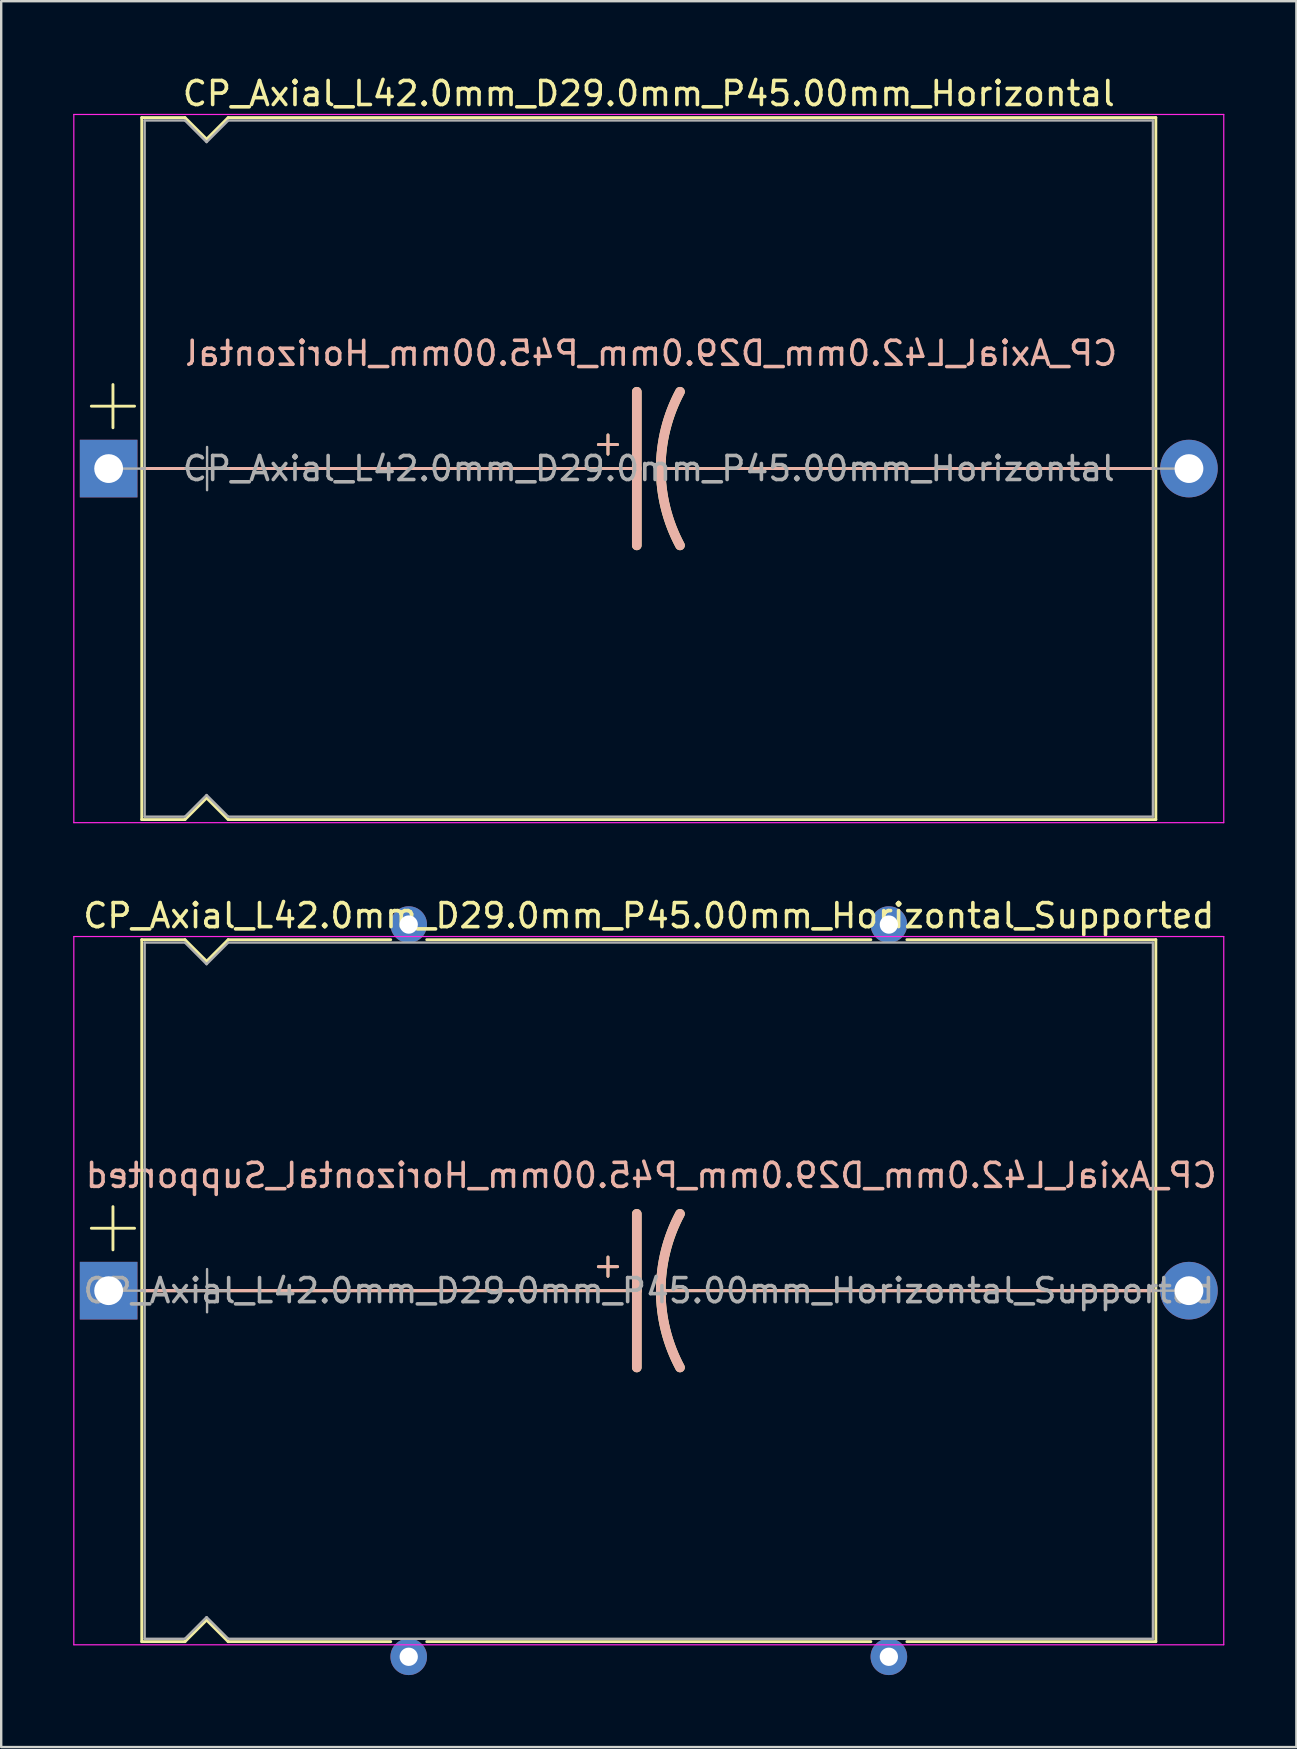
<source format=kicad_pcb>
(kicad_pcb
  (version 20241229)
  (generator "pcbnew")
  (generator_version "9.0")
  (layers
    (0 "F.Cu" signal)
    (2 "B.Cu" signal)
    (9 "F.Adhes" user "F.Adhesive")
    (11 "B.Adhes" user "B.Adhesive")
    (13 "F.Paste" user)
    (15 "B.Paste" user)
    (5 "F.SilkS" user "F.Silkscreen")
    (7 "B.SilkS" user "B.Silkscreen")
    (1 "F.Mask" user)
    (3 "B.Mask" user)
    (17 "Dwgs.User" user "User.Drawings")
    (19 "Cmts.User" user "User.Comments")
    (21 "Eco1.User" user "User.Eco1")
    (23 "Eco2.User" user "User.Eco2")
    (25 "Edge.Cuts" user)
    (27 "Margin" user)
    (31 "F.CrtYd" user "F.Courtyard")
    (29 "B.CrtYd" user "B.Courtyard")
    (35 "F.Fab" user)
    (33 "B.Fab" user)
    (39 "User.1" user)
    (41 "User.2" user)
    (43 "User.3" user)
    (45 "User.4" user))
  (footprint "CP_Axial_L42.0mm_D29.0mm_P45.00mm_Horizontal_Supported"
    (layer "F.Cu")
    (at 1.475 50.712)
    (property "Reference" "CP_Axial_L42.0mm_D29.0mm_P45.00mm_Horizontal_Supported" (at 22.5 -15.62 0) (layer "F.SilkS") (effects (font (size 1 1) (thickness 0.15))))
    (fp_line (start -0.72 -2.6) (end 1.08 -2.6) (stroke (width 0.12) (type solid)) (layer "F.SilkS"))
    (fp_line (start 0.18 -3.5) (end 0.18 -1.7) (stroke (width 0.12) (type solid)) (layer "F.SilkS"))
    (fp_line (start 1.38 -14.62) (end 1.38 14.62) (stroke (width 0.12) (type solid)) (layer "F.SilkS"))
    (fp_line (start 1.38 -14.62) (end 3.18 -14.62) (stroke (width 0.12) (type solid)) (layer "F.SilkS"))
    (fp_line (start 1.38 0) (end 22 0) (stroke (width 0.12) (type solid)) (layer "F.SilkS"))
    (fp_line (start 1.38 14.62) (end 3.18 14.62) (stroke (width 0.12) (type solid)) (layer "F.SilkS"))
    (fp_line (start 3.18 -14.62) (end 4.08 -13.72) (stroke (width 0.12) (type solid)) (layer "F.SilkS"))
    (fp_line (start 3.18 14.62) (end 4.08 13.72) (stroke (width 0.12) (type solid)) (layer "F.SilkS"))
    (fp_line (start 4.08 -13.72) (end 4.98 -14.62) (stroke (width 0.12) (type solid)) (layer "F.SilkS"))
    (fp_line (start 4.08 13.72) (end 4.98 14.62) (stroke (width 0.12) (type solid)) (layer "F.SilkS"))
    (fp_line (start 4.98 -14.62) (end 11.75 -14.62) (stroke (width 0.12) (type solid)) (layer "F.SilkS"))
    (fp_line (start 4.98 14.62) (end 11.75 14.62) (stroke (width 0.12) (type solid)) (layer "F.SilkS"))
    (fp_line (start 13.25 -14.62) (end 31.75 -14.62) (stroke (width 0.12) (type solid)) (layer "F.SilkS"))
    (fp_line (start 13.25 14.62) (end 31.75 14.62) (stroke (width 0.12) (type solid)) (layer "F.SilkS"))
    (fp_line (start 20.4 -1) (end 21.2 -1) (stroke (width 0.12) (type solid)) (layer "F.SilkS"))
    (fp_line (start 20.8 -1.4) (end 20.8 -0.6) (stroke (width 0.12) (type solid)) (layer "F.SilkS"))
    (fp_line (start 22 0) (end 22 -3.2) (stroke (width 0.4) (type solid)) (layer "F.SilkS"))
    (fp_line (start 22 0) (end 22 3.2) (stroke (width 0.4) (type solid)) (layer "F.SilkS"))
    (fp_line (start 33.25 -14.62) (end 43.62 -14.62) (stroke (width 0.12) (type solid)) (layer "F.SilkS"))
    (fp_line (start 33.25 14.62) (end 43.62 14.62) (stroke (width 0.12) (type solid)) (layer "F.SilkS"))
    (fp_line (start 43.62 -14.62) (end 43.62 14.62) (stroke (width 0.12) (type solid)) (layer "F.SilkS"))
    (fp_line (start 43.62 0) (end 23 0) (stroke (width 0.12) (type solid)) (layer "F.SilkS"))
    (fp_arc (start 23 0) (mid 23.203545 -1.649114) (end 23.8 -3.2) (stroke (width 0.4) (type solid)) (layer "F.SilkS"))
    (fp_arc (start 23.8 3.2) (mid 23.200704 1.649824) (end 23 0) (stroke (width 0.4) (type solid)) (layer "F.SilkS"))
    (fp_line (start 1.38 0) (end 22 0) (stroke (width 0.12) (type solid)) (layer "B.SilkS"))
    (fp_line (start 1.4 0) (end 13.38 0) (stroke (width 0.12) (type solid)) (layer "B.SilkS"))
    (fp_line (start 20.4 -1) (end 21.2 -1) (stroke (width 0.12) (type solid)) (layer "B.SilkS"))
    (fp_line (start 20.8 -0.6) (end 20.8 -1.4) (stroke (width 0.12) (type solid)) (layer "B.SilkS"))
    (fp_line (start 22 0) (end 22 -3.2) (stroke (width 0.4) (type solid)) (layer "B.SilkS"))
    (fp_line (start 22 0) (end 22 3.2) (stroke (width 0.4) (type solid)) (layer "B.SilkS"))
    (fp_line (start 43.6 0) (end 31.62 0) (stroke (width 0.12) (type solid)) (layer "B.SilkS"))
    (fp_line (start 43.62 0) (end 23 0) (stroke (width 0.12) (type solid)) (layer "B.SilkS"))
    (fp_arc (start 23 0) (mid 23.200703 -1.649824) (end 23.8 -3.2) (stroke (width 0.4) (type solid)) (layer "B.SilkS"))
    (fp_arc (start 23.8 3.2) (mid 23.203544 1.649114) (end 23 0) (stroke (width 0.4) (type solid)) (layer "B.SilkS"))
    (fp_line (start -1.45 -14.75) (end -1.45 14.75) (stroke (width 0.05) (type solid)) (layer "F.CrtYd"))
    (fp_line (start -1.45 14.75) (end 46.45 14.75) (stroke (width 0.05) (type solid)) (layer "F.CrtYd"))
    (fp_line (start 46.45 -14.75) (end -1.45 -14.75) (stroke (width 0.05) (type solid)) (layer "F.CrtYd"))
    (fp_line (start 46.45 14.75) (end 46.45 -14.75) (stroke (width 0.05) (type solid)) (layer "F.CrtYd"))
    (fp_line (start 0 0) (end 1.5 0) (stroke (width 0.1) (type solid)) (layer "F.Fab"))
    (fp_line (start 1.5 -14.5) (end 1.5 14.5) (stroke (width 0.1) (type solid)) (layer "F.Fab"))
    (fp_line (start 1.5 -14.5) (end 3.18 -14.5) (stroke (width 0.1) (type solid)) (layer "F.Fab"))
    (fp_line (start 1.5 14.5) (end 3.18 14.5) (stroke (width 0.1) (type solid)) (layer "F.Fab"))
    (fp_line (start 3.18 -14.5) (end 4.08 -13.6) (stroke (width 0.1) (type solid)) (layer "F.Fab"))
    (fp_line (start 3.18 14.5) (end 4.08 13.6) (stroke (width 0.1) (type solid)) (layer "F.Fab"))
    (fp_line (start 3.2 0) (end 5 0) (stroke (width 0.1) (type solid)) (layer "F.Fab"))
    (fp_line (start 4.08 -13.6) (end 4.98 -14.5) (stroke (width 0.1) (type solid)) (layer "F.Fab"))
    (fp_line (start 4.08 13.6) (end 4.98 14.5) (stroke (width 0.1) (type solid)) (layer "F.Fab"))
    (fp_line (start 4.1 -0.9) (end 4.1 0.9) (stroke (width 0.1) (type solid)) (layer "F.Fab"))
    (fp_line (start 4.98 -14.5) (end 43.5 -14.5) (stroke (width 0.1) (type solid)) (layer "F.Fab"))
    (fp_line (start 4.98 14.5) (end 43.5 14.5) (stroke (width 0.1) (type solid)) (layer "F.Fab"))
    (fp_line (start 43.5 -14.5) (end 43.5 14.5) (stroke (width 0.1) (type solid)) (layer "F.Fab"))
    (fp_line (start 45 0) (end 43.5 0) (stroke (width 0.1) (type solid)) (layer "F.Fab"))
    (fp_text user "${REFERENCE}" (at 22.6 -4.8 0) (layer "B.SilkS") (effects (font (size 1 1) (thickness 0.15)) (justify mirror)))
    (fp_text user "${REFERENCE}" (at 22.5 0 0) (layer "F.Fab") (effects (font (size 1 1) (thickness 0.15))))
    (pad "" thru_hole circle (at 12.5 -15.25) (size 1.524 1.524) (drill 0.762) (layers "*.Cu" "*.Mask"))
    (pad "" thru_hole circle (at 12.5 15.25) (size 1.524 1.524) (drill 0.762) (layers "*.Cu" "*.Mask"))
    (pad "" thru_hole circle (at 32.5 -15.25) (size 1.524 1.524) (drill 0.762) (layers "*.Cu" "*.Mask"))
    (pad "" thru_hole circle (at 32.5 15.25) (size 1.524 1.524) (drill 0.762) (layers "*.Cu" "*.Mask"))
    (pad "1" thru_hole rect (at 0 0) (size 2.4 2.4) (drill 1.2) (layers "*.Cu" "*.Mask"))
    (pad "2" thru_hole oval (at 45 0) (size 2.4 2.4) (drill 1.2) (layers "*.Cu" "*.Mask")))
  (footprint "CP_Axial_L42.0mm_D29.0mm_P45.00mm_Horizontal"
    (layer "F.Cu")
    (at 1.475 16.468)
    (property "Reference" "CP_Axial_L42.0mm_D29.0mm_P45.00mm_Horizontal" (at 22.5 -15.62 0) (layer "F.SilkS") (effects (font (size 1 1) (thickness 0.15))))
    (fp_line (start -0.72 -2.6) (end 1.08 -2.6) (stroke (width 0.12) (type solid)) (layer "F.SilkS"))
    (fp_line (start 0.18 -3.5) (end 0.18 -1.7) (stroke (width 0.12) (type solid)) (layer "F.SilkS"))
    (fp_line (start 1.38 -14.62) (end 1.38 14.62) (stroke (width 0.12) (type solid)) (layer "F.SilkS"))
    (fp_line (start 1.38 -14.62) (end 3.18 -14.62) (stroke (width 0.12) (type solid)) (layer "F.SilkS"))
    (fp_line (start 1.38 0) (end 22 0) (stroke (width 0.12) (type solid)) (layer "F.SilkS"))
    (fp_line (start 1.38 14.62) (end 3.18 14.62) (stroke (width 0.12) (type solid)) (layer "F.SilkS"))
    (fp_line (start 3.18 -14.62) (end 4.08 -13.72) (stroke (width 0.12) (type solid)) (layer "F.SilkS"))
    (fp_line (start 3.18 14.62) (end 4.08 13.72) (stroke (width 0.12) (type solid)) (layer "F.SilkS"))
    (fp_line (start 4.08 -13.72) (end 4.98 -14.62) (stroke (width 0.12) (type solid)) (layer "F.SilkS"))
    (fp_line (start 4.08 13.72) (end 4.98 14.62) (stroke (width 0.12) (type solid)) (layer "F.SilkS"))
    (fp_line (start 4.98 -14.62) (end 43.62 -14.62) (stroke (width 0.12) (type solid)) (layer "F.SilkS"))
    (fp_line (start 4.98 14.62) (end 43.62 14.62) (stroke (width 0.12) (type solid)) (layer "F.SilkS"))
    (fp_line (start 20.4 -1) (end 21.2 -1) (stroke (width 0.12) (type solid)) (layer "F.SilkS"))
    (fp_line (start 20.8 -1.4) (end 20.8 -0.6) (stroke (width 0.12) (type solid)) (layer "F.SilkS"))
    (fp_line (start 22 0) (end 22 -3.2) (stroke (width 0.4) (type solid)) (layer "F.SilkS"))
    (fp_line (start 22 0) (end 22 3.2) (stroke (width 0.4) (type solid)) (layer "F.SilkS"))
    (fp_line (start 43.62 -14.62) (end 43.62 14.62) (stroke (width 0.12) (type solid)) (layer "F.SilkS"))
    (fp_line (start 43.62 0) (end 23 0) (stroke (width 0.12) (type solid)) (layer "F.SilkS"))
    (fp_arc (start 23 0) (mid 23.203545 -1.649114) (end 23.8 -3.2) (stroke (width 0.4) (type solid)) (layer "F.SilkS"))
    (fp_arc (start 23.8 3.2) (mid 23.200704 1.649824) (end 23 0) (stroke (width 0.4) (type solid)) (layer "F.SilkS"))
    (fp_line (start 1.38 0) (end 22 0) (stroke (width 0.12) (type solid)) (layer "B.SilkS"))
    (fp_line (start 1.4 0) (end 13.38 0) (stroke (width 0.12) (type solid)) (layer "B.SilkS"))
    (fp_line (start 20.4 -1) (end 21.2 -1) (stroke (width 0.12) (type solid)) (layer "B.SilkS"))
    (fp_line (start 20.8 -0.6) (end 20.8 -1.4) (stroke (width 0.12) (type solid)) (layer "B.SilkS"))
    (fp_line (start 22 0) (end 22 -3.2) (stroke (width 0.4) (type solid)) (layer "B.SilkS"))
    (fp_line (start 22 0) (end 22 3.2) (stroke (width 0.4) (type solid)) (layer "B.SilkS"))
    (fp_line (start 43.6 0) (end 31.62 0) (stroke (width 0.12) (type solid)) (layer "B.SilkS"))
    (fp_line (start 43.62 0) (end 23 0) (stroke (width 0.12) (type solid)) (layer "B.SilkS"))
    (fp_arc (start 23 0) (mid 23.200703 -1.649824) (end 23.8 -3.2) (stroke (width 0.4) (type solid)) (layer "B.SilkS"))
    (fp_arc (start 23.8 3.2) (mid 23.203544 1.649114) (end 23 0) (stroke (width 0.4) (type solid)) (layer "B.SilkS"))
    (fp_line (start -1.45 -14.75) (end -1.45 14.75) (stroke (width 0.05) (type solid)) (layer "F.CrtYd"))
    (fp_line (start -1.45 14.75) (end 46.45 14.75) (stroke (width 0.05) (type solid)) (layer "F.CrtYd"))
    (fp_line (start 46.45 -14.75) (end -1.45 -14.75) (stroke (width 0.05) (type solid)) (layer "F.CrtYd"))
    (fp_line (start 46.45 14.75) (end 46.45 -14.75) (stroke (width 0.05) (type solid)) (layer "F.CrtYd"))
    (fp_line (start 0 0) (end 1.5 0) (stroke (width 0.1) (type solid)) (layer "F.Fab"))
    (fp_line (start 1.5 -14.5) (end 1.5 14.5) (stroke (width 0.1) (type solid)) (layer "F.Fab"))
    (fp_line (start 1.5 -14.5) (end 3.18 -14.5) (stroke (width 0.1) (type solid)) (layer "F.Fab"))
    (fp_line (start 1.5 14.5) (end 3.18 14.5) (stroke (width 0.1) (type solid)) (layer "F.Fab"))
    (fp_line (start 3.18 -14.5) (end 4.08 -13.6) (stroke (width 0.1) (type solid)) (layer "F.Fab"))
    (fp_line (start 3.18 14.5) (end 4.08 13.6) (stroke (width 0.1) (type solid)) (layer "F.Fab"))
    (fp_line (start 3.2 0) (end 5 0) (stroke (width 0.1) (type solid)) (layer "F.Fab"))
    (fp_line (start 4.08 -13.6) (end 4.98 -14.5) (stroke (width 0.1) (type solid)) (layer "F.Fab"))
    (fp_line (start 4.08 13.6) (end 4.98 14.5) (stroke (width 0.1) (type solid)) (layer "F.Fab"))
    (fp_line (start 4.1 -0.9) (end 4.1 0.9) (stroke (width 0.1) (type solid)) (layer "F.Fab"))
    (fp_line (start 4.98 -14.5) (end 43.5 -14.5) (stroke (width 0.1) (type solid)) (layer "F.Fab"))
    (fp_line (start 4.98 14.5) (end 43.5 14.5) (stroke (width 0.1) (type solid)) (layer "F.Fab"))
    (fp_line (start 43.5 -14.5) (end 43.5 14.5) (stroke (width 0.1) (type solid)) (layer "F.Fab"))
    (fp_line (start 45 0) (end 43.5 0) (stroke (width 0.1) (type solid)) (layer "F.Fab"))
    (fp_text user "${REFERENCE}" (at 22.6 -4.8 0) (layer "B.SilkS") (effects (font (size 1 1) (thickness 0.15)) (justify mirror)))
    (fp_text user "${REFERENCE}" (at 22.5 0 0) (layer "F.Fab") (effects (font (size 1 1) (thickness 0.15))))
    (pad "1" thru_hole rect (at 0 0) (size 2.4 2.4) (drill 1.2) (layers "*.Cu" "*.Mask"))
    (pad "2" thru_hole oval (at 45 0) (size 2.4 2.4) (drill 1.2) (layers "*.Cu" "*.Mask")))
  (gr_rect
    (start -3 -3)
    (end 50.95 69.724)
    (stroke (width 0.1) (type default))
    (fill no)
    (layer "Edge.Cuts")))
</source>
